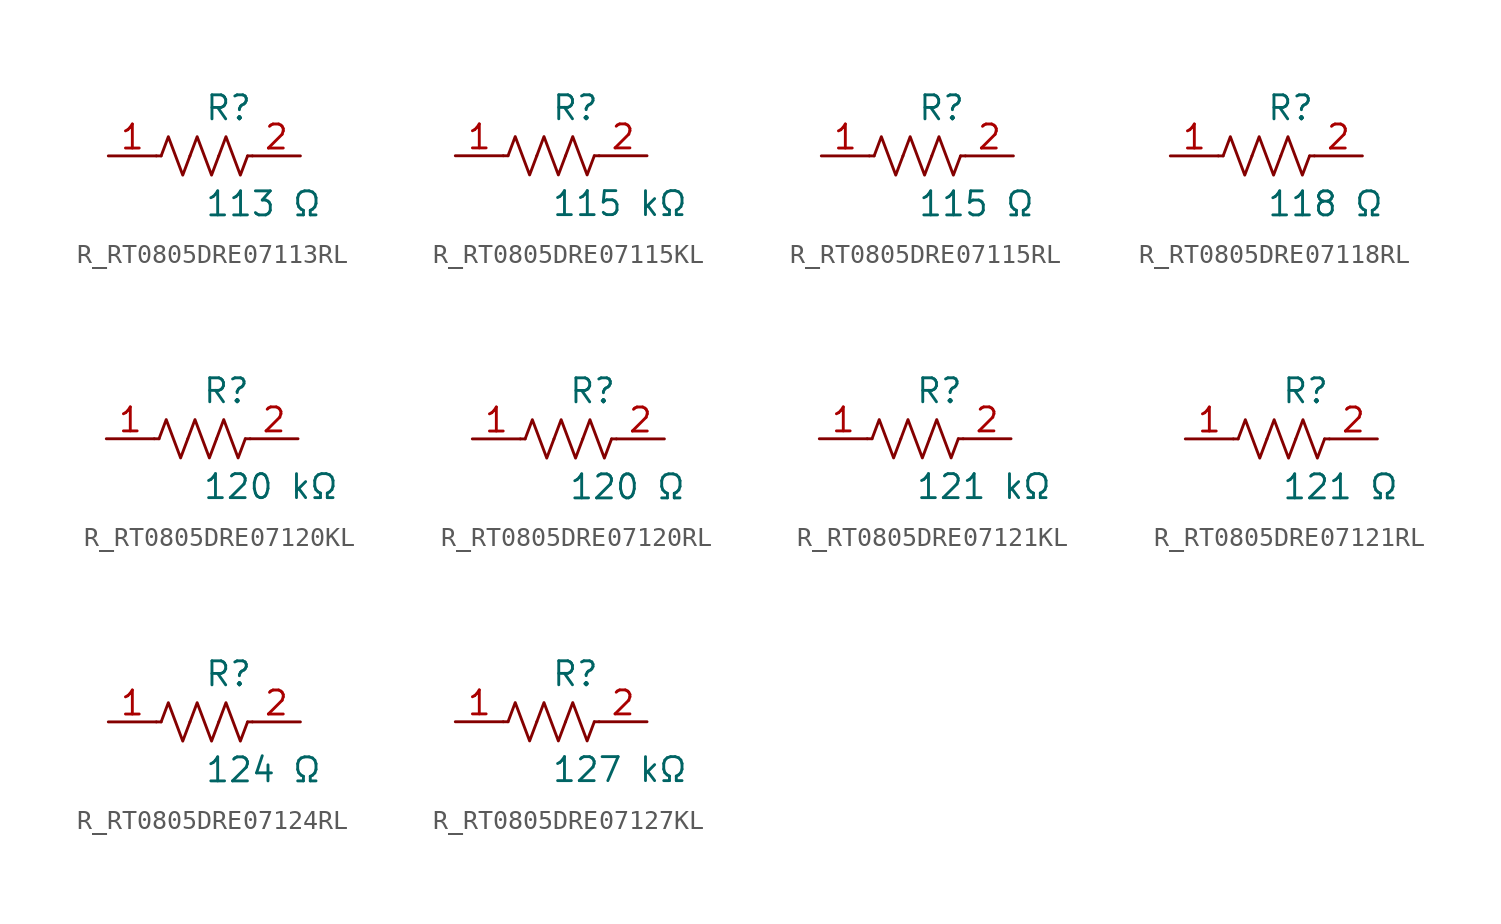
<source format=kicad_sym>
(kicad_symbol_lib
  (version 20231120)
  (generator kicad_symbol_editor)
  (generator_version 8.0)
  (symbol "R_RT0805DRE07113RL"
    (pin_names
      (offset 0.254))
    (property "Reference" "R"
      (at 0 2.54 0)
      (effects (font (size 1.27 1.27)) (justify left)))
    (property "Value" "113 Ω"
      (at 0 -2.54 0)
      (effects (font (size 1.27 1.27)) (justify left)))
    (symbol "R_RT0805DRE07113RL_0_1"
      (polyline (pts (xy 2.286 0) (xy 2.54 0)) (stroke (width 0) (type default)) (fill (type none)))
      (polyline (pts (xy -2.286 0) (xy -2.54 0)) (stroke (width 0) (type default)) (fill (type none)))
      (polyline (pts (xy 0.762 0) (xy 1.143 1.016) (xy 1.524 0) (xy 1.905 -1.016) (xy 2.286 0)) (stroke (width 0) (type default)) (fill (type none)))
      (polyline (pts (xy -0.762 0) (xy -0.381 1.016) (xy 0 0) (xy 0.381 -1.016) (xy 0.762 0)) (stroke (width 0) (type default)) (fill (type none)))
      (polyline (pts (xy -2.286 0) (xy -1.905 1.016) (xy -1.524 0) (xy -1.143 -1.016) (xy -0.762 0)) (stroke (width 0) (type default)) (fill (type none))))
    (pin passive line
      (at -5.08 0 0)
      (length 2.54)
      (name "" (effects (font (size 1.27 1.27))))
      (number "1" (effects (font (size 1.27 1.27)))))
    (pin passive line
      (at 5.08 0 180)
      (length 2.54)
      (name "" (effects (font (size 1.27 1.27))))
      (number "2" (effects (font (size 1.27 1.27))))))
  (symbol "R_RT0805DRE07115KL"
    (pin_names
      (offset 0.254))
    (property "Reference" "R"
      (at 0 2.54 0)
      (effects (font (size 1.27 1.27)) (justify left)))
    (property "Value" "115 kΩ"
      (at 0 -2.54 0)
      (effects (font (size 1.27 1.27)) (justify left)))
    (symbol "R_RT0805DRE07115KL_0_1"
      (polyline (pts (xy 2.286 0) (xy 2.54 0)) (stroke (width 0) (type default)) (fill (type none)))
      (polyline (pts (xy -2.286 0) (xy -2.54 0)) (stroke (width 0) (type default)) (fill (type none)))
      (polyline (pts (xy 0.762 0) (xy 1.143 1.016) (xy 1.524 0) (xy 1.905 -1.016) (xy 2.286 0)) (stroke (width 0) (type default)) (fill (type none)))
      (polyline (pts (xy -0.762 0) (xy -0.381 1.016) (xy 0 0) (xy 0.381 -1.016) (xy 0.762 0)) (stroke (width 0) (type default)) (fill (type none)))
      (polyline (pts (xy -2.286 0) (xy -1.905 1.016) (xy -1.524 0) (xy -1.143 -1.016) (xy -0.762 0)) (stroke (width 0) (type default)) (fill (type none))))
    (pin passive line
      (at -5.08 0 0)
      (length 2.54)
      (name "" (effects (font (size 1.27 1.27))))
      (number "1" (effects (font (size 1.27 1.27)))))
    (pin passive line
      (at 5.08 0 180)
      (length 2.54)
      (name "" (effects (font (size 1.27 1.27))))
      (number "2" (effects (font (size 1.27 1.27))))))
  (symbol "R_RT0805DRE07115RL"
    (pin_names
      (offset 0.254))
    (property "Reference" "R"
      (at 0 2.54 0)
      (effects (font (size 1.27 1.27)) (justify left)))
    (property "Value" "115 Ω"
      (at 0 -2.54 0)
      (effects (font (size 1.27 1.27)) (justify left)))
    (symbol "R_RT0805DRE07115RL_0_1"
      (polyline (pts (xy 2.286 0) (xy 2.54 0)) (stroke (width 0) (type default)) (fill (type none)))
      (polyline (pts (xy -2.286 0) (xy -2.54 0)) (stroke (width 0) (type default)) (fill (type none)))
      (polyline (pts (xy 0.762 0) (xy 1.143 1.016) (xy 1.524 0) (xy 1.905 -1.016) (xy 2.286 0)) (stroke (width 0) (type default)) (fill (type none)))
      (polyline (pts (xy -0.762 0) (xy -0.381 1.016) (xy 0 0) (xy 0.381 -1.016) (xy 0.762 0)) (stroke (width 0) (type default)) (fill (type none)))
      (polyline (pts (xy -2.286 0) (xy -1.905 1.016) (xy -1.524 0) (xy -1.143 -1.016) (xy -0.762 0)) (stroke (width 0) (type default)) (fill (type none))))
    (pin passive line
      (at -5.08 0 0)
      (length 2.54)
      (name "" (effects (font (size 1.27 1.27))))
      (number "1" (effects (font (size 1.27 1.27)))))
    (pin passive line
      (at 5.08 0 180)
      (length 2.54)
      (name "" (effects (font (size 1.27 1.27))))
      (number "2" (effects (font (size 1.27 1.27))))))
  (symbol "R_RT0805DRE07118RL"
    (pin_names
      (offset 0.254))
    (property "Reference" "R"
      (at 0 2.54 0)
      (effects (font (size 1.27 1.27)) (justify left)))
    (property "Value" "118 Ω"
      (at 0 -2.54 0)
      (effects (font (size 1.27 1.27)) (justify left)))
    (symbol "R_RT0805DRE07118RL_0_1"
      (polyline (pts (xy 2.286 0) (xy 2.54 0)) (stroke (width 0) (type default)) (fill (type none)))
      (polyline (pts (xy -2.286 0) (xy -2.54 0)) (stroke (width 0) (type default)) (fill (type none)))
      (polyline (pts (xy 0.762 0) (xy 1.143 1.016) (xy 1.524 0) (xy 1.905 -1.016) (xy 2.286 0)) (stroke (width 0) (type default)) (fill (type none)))
      (polyline (pts (xy -0.762 0) (xy -0.381 1.016) (xy 0 0) (xy 0.381 -1.016) (xy 0.762 0)) (stroke (width 0) (type default)) (fill (type none)))
      (polyline (pts (xy -2.286 0) (xy -1.905 1.016) (xy -1.524 0) (xy -1.143 -1.016) (xy -0.762 0)) (stroke (width 0) (type default)) (fill (type none))))
    (pin passive line
      (at -5.08 0 0)
      (length 2.54)
      (name "" (effects (font (size 1.27 1.27))))
      (number "1" (effects (font (size 1.27 1.27)))))
    (pin passive line
      (at 5.08 0 180)
      (length 2.54)
      (name "" (effects (font (size 1.27 1.27))))
      (number "2" (effects (font (size 1.27 1.27))))))
  (symbol "R_RT0805DRE07120KL"
    (pin_names
      (offset 0.254))
    (property "Reference" "R"
      (at 0 2.54 0)
      (effects (font (size 1.27 1.27)) (justify left)))
    (property "Value" "120 kΩ"
      (at 0 -2.54 0)
      (effects (font (size 1.27 1.27)) (justify left)))
    (symbol "R_RT0805DRE07120KL_0_1"
      (polyline (pts (xy 2.286 0) (xy 2.54 0)) (stroke (width 0) (type default)) (fill (type none)))
      (polyline (pts (xy -2.286 0) (xy -2.54 0)) (stroke (width 0) (type default)) (fill (type none)))
      (polyline (pts (xy 0.762 0) (xy 1.143 1.016) (xy 1.524 0) (xy 1.905 -1.016) (xy 2.286 0)) (stroke (width 0) (type default)) (fill (type none)))
      (polyline (pts (xy -0.762 0) (xy -0.381 1.016) (xy 0 0) (xy 0.381 -1.016) (xy 0.762 0)) (stroke (width 0) (type default)) (fill (type none)))
      (polyline (pts (xy -2.286 0) (xy -1.905 1.016) (xy -1.524 0) (xy -1.143 -1.016) (xy -0.762 0)) (stroke (width 0) (type default)) (fill (type none))))
    (pin passive line
      (at -5.08 0 0)
      (length 2.54)
      (name "" (effects (font (size 1.27 1.27))))
      (number "1" (effects (font (size 1.27 1.27)))))
    (pin passive line
      (at 5.08 0 180)
      (length 2.54)
      (name "" (effects (font (size 1.27 1.27))))
      (number "2" (effects (font (size 1.27 1.27))))))
  (symbol "R_RT0805DRE07120RL"
    (pin_names
      (offset 0.254))
    (property "Reference" "R"
      (at 0 2.54 0)
      (effects (font (size 1.27 1.27)) (justify left)))
    (property "Value" "120 Ω"
      (at 0 -2.54 0)
      (effects (font (size 1.27 1.27)) (justify left)))
    (symbol "R_RT0805DRE07120RL_0_1"
      (polyline (pts (xy 2.286 0) (xy 2.54 0)) (stroke (width 0) (type default)) (fill (type none)))
      (polyline (pts (xy -2.286 0) (xy -2.54 0)) (stroke (width 0) (type default)) (fill (type none)))
      (polyline (pts (xy 0.762 0) (xy 1.143 1.016) (xy 1.524 0) (xy 1.905 -1.016) (xy 2.286 0)) (stroke (width 0) (type default)) (fill (type none)))
      (polyline (pts (xy -0.762 0) (xy -0.381 1.016) (xy 0 0) (xy 0.381 -1.016) (xy 0.762 0)) (stroke (width 0) (type default)) (fill (type none)))
      (polyline (pts (xy -2.286 0) (xy -1.905 1.016) (xy -1.524 0) (xy -1.143 -1.016) (xy -0.762 0)) (stroke (width 0) (type default)) (fill (type none))))
    (pin passive line
      (at -5.08 0 0)
      (length 2.54)
      (name "" (effects (font (size 1.27 1.27))))
      (number "1" (effects (font (size 1.27 1.27)))))
    (pin passive line
      (at 5.08 0 180)
      (length 2.54)
      (name "" (effects (font (size 1.27 1.27))))
      (number "2" (effects (font (size 1.27 1.27))))))
  (symbol "R_RT0805DRE07121KL"
    (pin_names
      (offset 0.254))
    (property "Reference" "R"
      (at 0 2.54 0)
      (effects (font (size 1.27 1.27)) (justify left)))
    (property "Value" "121 kΩ"
      (at 0 -2.54 0)
      (effects (font (size 1.27 1.27)) (justify left)))
    (symbol "R_RT0805DRE07121KL_0_1"
      (polyline (pts (xy 2.286 0) (xy 2.54 0)) (stroke (width 0) (type default)) (fill (type none)))
      (polyline (pts (xy -2.286 0) (xy -2.54 0)) (stroke (width 0) (type default)) (fill (type none)))
      (polyline (pts (xy 0.762 0) (xy 1.143 1.016) (xy 1.524 0) (xy 1.905 -1.016) (xy 2.286 0)) (stroke (width 0) (type default)) (fill (type none)))
      (polyline (pts (xy -0.762 0) (xy -0.381 1.016) (xy 0 0) (xy 0.381 -1.016) (xy 0.762 0)) (stroke (width 0) (type default)) (fill (type none)))
      (polyline (pts (xy -2.286 0) (xy -1.905 1.016) (xy -1.524 0) (xy -1.143 -1.016) (xy -0.762 0)) (stroke (width 0) (type default)) (fill (type none))))
    (pin passive line
      (at -5.08 0 0)
      (length 2.54)
      (name "" (effects (font (size 1.27 1.27))))
      (number "1" (effects (font (size 1.27 1.27)))))
    (pin passive line
      (at 5.08 0 180)
      (length 2.54)
      (name "" (effects (font (size 1.27 1.27))))
      (number "2" (effects (font (size 1.27 1.27))))))
  (symbol "R_RT0805DRE07121RL"
    (pin_names
      (offset 0.254))
    (property "Reference" "R"
      (at 0 2.54 0)
      (effects (font (size 1.27 1.27)) (justify left)))
    (property "Value" "121 Ω"
      (at 0 -2.54 0)
      (effects (font (size 1.27 1.27)) (justify left)))
    (symbol "R_RT0805DRE07121RL_0_1"
      (polyline (pts (xy 2.286 0) (xy 2.54 0)) (stroke (width 0) (type default)) (fill (type none)))
      (polyline (pts (xy -2.286 0) (xy -2.54 0)) (stroke (width 0) (type default)) (fill (type none)))
      (polyline (pts (xy 0.762 0) (xy 1.143 1.016) (xy 1.524 0) (xy 1.905 -1.016) (xy 2.286 0)) (stroke (width 0) (type default)) (fill (type none)))
      (polyline (pts (xy -0.762 0) (xy -0.381 1.016) (xy 0 0) (xy 0.381 -1.016) (xy 0.762 0)) (stroke (width 0) (type default)) (fill (type none)))
      (polyline (pts (xy -2.286 0) (xy -1.905 1.016) (xy -1.524 0) (xy -1.143 -1.016) (xy -0.762 0)) (stroke (width 0) (type default)) (fill (type none))))
    (pin passive line
      (at -5.08 0 0)
      (length 2.54)
      (name "" (effects (font (size 1.27 1.27))))
      (number "1" (effects (font (size 1.27 1.27)))))
    (pin passive line
      (at 5.08 0 180)
      (length 2.54)
      (name "" (effects (font (size 1.27 1.27))))
      (number "2" (effects (font (size 1.27 1.27))))))
  (symbol "R_RT0805DRE07124RL"
    (pin_names
      (offset 0.254))
    (property "Reference" "R"
      (at 0 2.54 0)
      (effects (font (size 1.27 1.27)) (justify left)))
    (property "Value" "124 Ω"
      (at 0 -2.54 0)
      (effects (font (size 1.27 1.27)) (justify left)))
    (symbol "R_RT0805DRE07124RL_0_1"
      (polyline (pts (xy 2.286 0) (xy 2.54 0)) (stroke (width 0) (type default)) (fill (type none)))
      (polyline (pts (xy -2.286 0) (xy -2.54 0)) (stroke (width 0) (type default)) (fill (type none)))
      (polyline (pts (xy 0.762 0) (xy 1.143 1.016) (xy 1.524 0) (xy 1.905 -1.016) (xy 2.286 0)) (stroke (width 0) (type default)) (fill (type none)))
      (polyline (pts (xy -0.762 0) (xy -0.381 1.016) (xy 0 0) (xy 0.381 -1.016) (xy 0.762 0)) (stroke (width 0) (type default)) (fill (type none)))
      (polyline (pts (xy -2.286 0) (xy -1.905 1.016) (xy -1.524 0) (xy -1.143 -1.016) (xy -0.762 0)) (stroke (width 0) (type default)) (fill (type none))))
    (pin passive line
      (at -5.08 0 0)
      (length 2.54)
      (name "" (effects (font (size 1.27 1.27))))
      (number "1" (effects (font (size 1.27 1.27)))))
    (pin passive line
      (at 5.08 0 180)
      (length 2.54)
      (name "" (effects (font (size 1.27 1.27))))
      (number "2" (effects (font (size 1.27 1.27))))))
  (symbol "R_RT0805DRE07127KL"
    (pin_names
      (offset 0.254))
    (property "Reference" "R"
      (at 0 2.54 0)
      (effects (font (size 1.27 1.27)) (justify left)))
    (property "Value" "127 kΩ"
      (at 0 -2.54 0)
      (effects (font (size 1.27 1.27)) (justify left)))
    (symbol "R_RT0805DRE07127KL_0_1"
      (polyline (pts (xy 2.286 0) (xy 2.54 0)) (stroke (width 0) (type default)) (fill (type none)))
      (polyline (pts (xy -2.286 0) (xy -2.54 0)) (stroke (width 0) (type default)) (fill (type none)))
      (polyline (pts (xy 0.762 0) (xy 1.143 1.016) (xy 1.524 0) (xy 1.905 -1.016) (xy 2.286 0)) (stroke (width 0) (type default)) (fill (type none)))
      (polyline (pts (xy -0.762 0) (xy -0.381 1.016) (xy 0 0) (xy 0.381 -1.016) (xy 0.762 0)) (stroke (width 0) (type default)) (fill (type none)))
      (polyline (pts (xy -2.286 0) (xy -1.905 1.016) (xy -1.524 0) (xy -1.143 -1.016) (xy -0.762 0)) (stroke (width 0) (type default)) (fill (type none))))
    (pin passive line
      (at -5.08 0 0)
      (length 2.54)
      (name "" (effects (font (size 1.27 1.27))))
      (number "1" (effects (font (size 1.27 1.27)))))
    (pin passive line
      (at 5.08 0 180)
      (length 2.54)
      (name "" (effects (font (size 1.27 1.27))))
      (number "2" (effects (font (size 1.27 1.27)))))))
</source>
